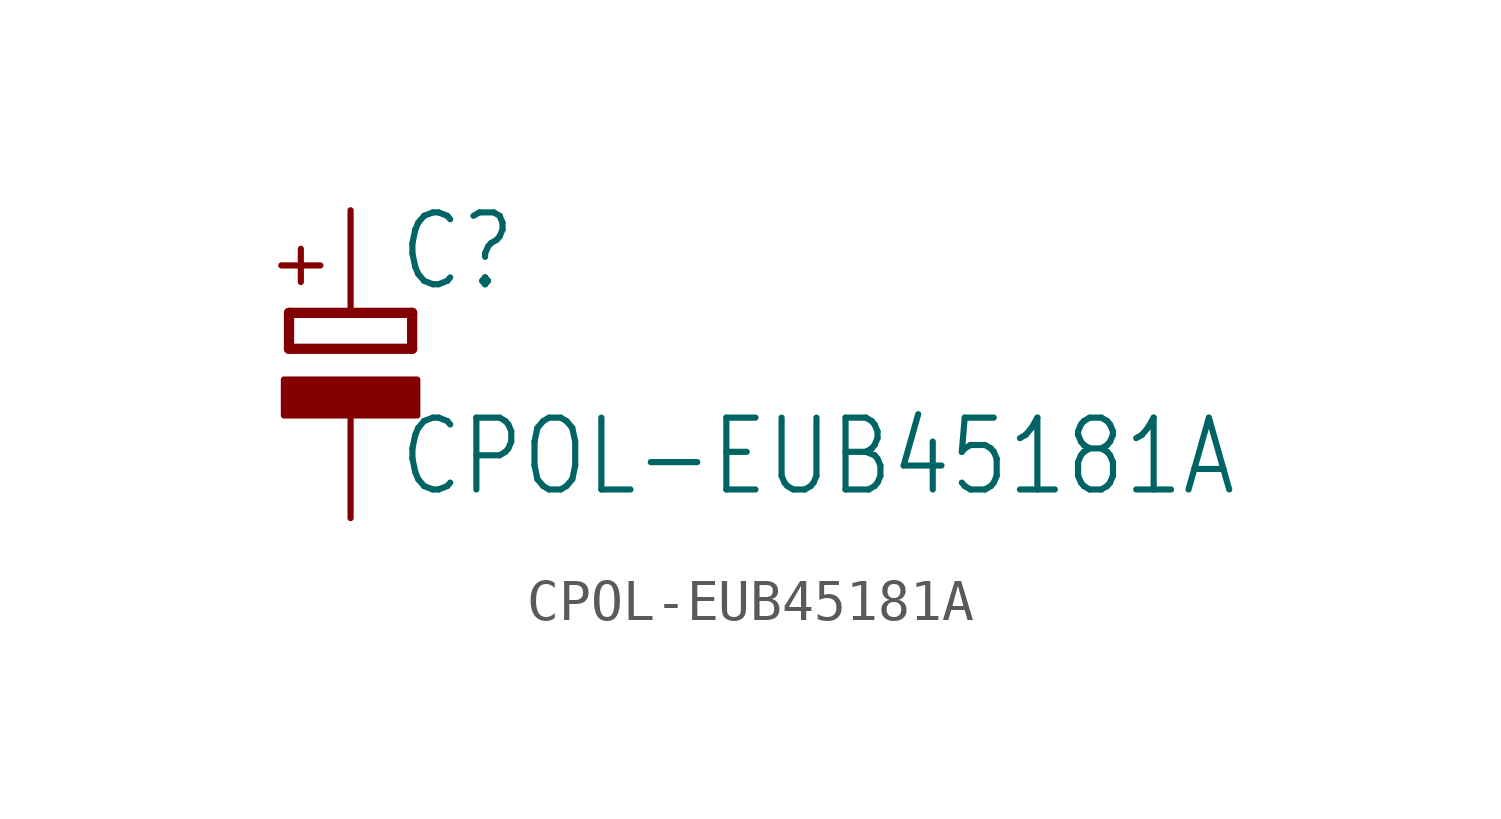
<source format=kicad_sym>
(kicad_symbol_lib
  (version 20210619)
  (generator kicad_symbol_editor)
  (symbol "CPOL-EUB45181A"
    (property "Reference" "C"
      (at 1.143 0.483 0)
      (effects (font (size 1.778 1.511)) (justify left bottom)))
    (property "Value" "CPOL-EUB45181A"
      (at 1.143 -4.597 0)
      (effects (font (size 1.778 1.511)) (justify left bottom)))
    (property "ki_locked" ""
      (at 0 0 0)
      (effects (font (size 1.27 1.27))))
    (symbol "CPOL-EUB45181A_1_0"
      (text "+" (at -0.584 0.406 900) (effects (font (size 1.27 1.079)) (justify left bottom)))
      (rectangle (start -1.651 -2.54) (end 1.651 -1.651) (stroke (width 0)) (fill (type outline)))
      (polyline (pts (xy -1.524 -0.889) (xy 1.524 -0.889)) (stroke (width 0.254)) (fill (type none)))
      (polyline (pts (xy -1.524 0) (xy -1.524 -0.889)) (stroke (width 0.254)) (fill (type none)))
      (polyline (pts (xy -1.524 0) (xy 1.524 0)) (stroke (width 0.254)) (fill (type none)))
      (polyline (pts (xy 1.524 -0.889) (xy 1.524 0)) (stroke (width 0.254)) (fill (type none)))
      (pin passive line (at 0 2.54 270) (length 2.54) (name "+" (effects (font (size 0 0)))) (number "+" (effects (font (size 0 0)))))
      (pin passive line (at 0 -5.08 90) (length 2.54) (name "-" (effects (font (size 0 0)))) (number "-" (effects (font (size 0 0))))))))
</source>
